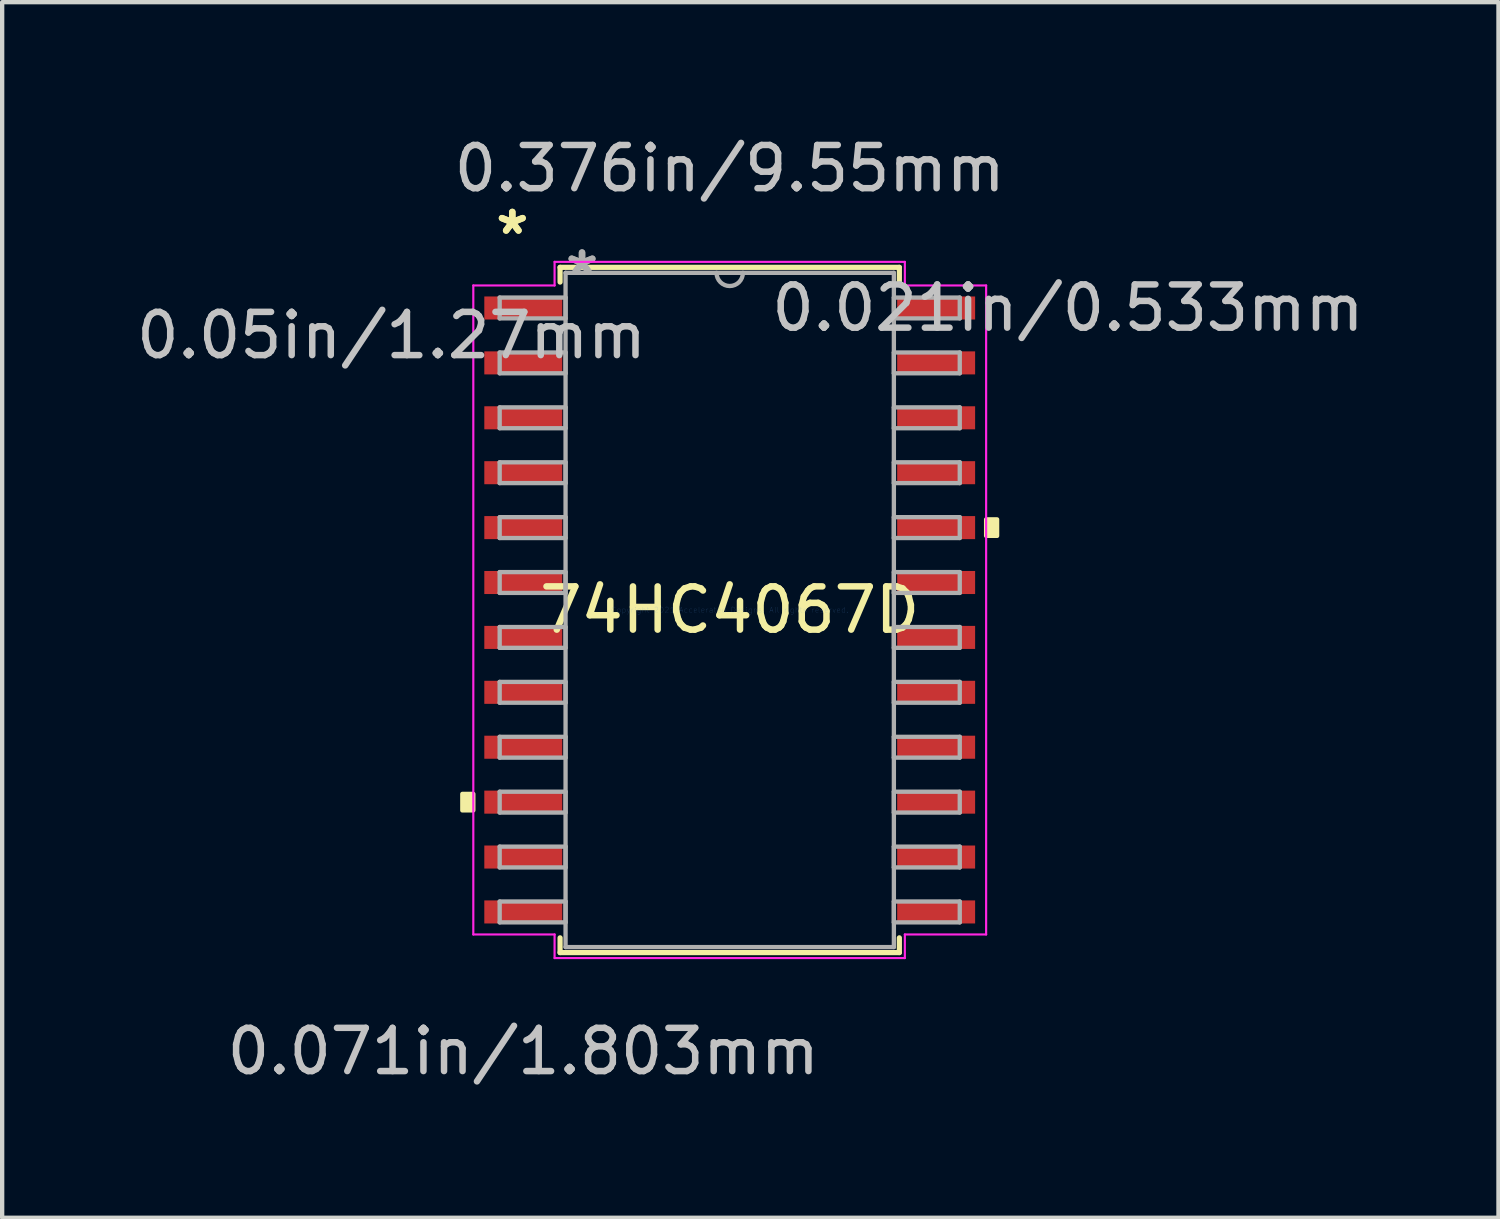
<source format=kicad_pcb>
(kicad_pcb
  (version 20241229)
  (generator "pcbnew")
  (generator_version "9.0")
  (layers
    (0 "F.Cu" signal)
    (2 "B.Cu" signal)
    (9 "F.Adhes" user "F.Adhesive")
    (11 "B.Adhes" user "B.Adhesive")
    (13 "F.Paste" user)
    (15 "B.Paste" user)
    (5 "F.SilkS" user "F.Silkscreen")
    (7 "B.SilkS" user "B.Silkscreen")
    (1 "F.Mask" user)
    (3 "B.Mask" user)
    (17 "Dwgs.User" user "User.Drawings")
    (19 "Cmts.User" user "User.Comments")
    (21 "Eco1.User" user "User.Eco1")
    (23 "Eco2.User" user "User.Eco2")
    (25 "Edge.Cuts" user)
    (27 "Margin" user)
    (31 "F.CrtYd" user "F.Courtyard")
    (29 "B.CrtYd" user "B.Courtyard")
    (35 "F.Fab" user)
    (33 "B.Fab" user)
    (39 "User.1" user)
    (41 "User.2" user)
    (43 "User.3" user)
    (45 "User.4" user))
  (footprint "74HC4067D"
    (layer "F.Cu")
    (at 13.829 11.059)
    (property "Reference" "74HC4067D" (at 0 0 0) (layer "F.SilkS") (effects (font (size 1 1) (thickness 0.15))))
    (attr through_hole)
    (fp_line (start -3.924 -7.925) (end -3.924 -7.584) (stroke (width 0.12) (type solid)) (layer "F.SilkS"))
    (fp_line (start -3.924 7.584) (end -3.924 7.925) (stroke (width 0.12) (type solid)) (layer "F.SilkS"))
    (fp_line (start -3.924 7.925) (end 3.924 7.925) (stroke (width 0.12) (type solid)) (layer "F.SilkS"))
    (fp_line (start 3.924 -7.925) (end -3.924 -7.925) (stroke (width 0.12) (type solid)) (layer "F.SilkS"))
    (fp_line (start 3.924 -7.584) (end 3.924 -7.925) (stroke (width 0.12) (type solid)) (layer "F.SilkS"))
    (fp_line (start 3.924 7.925) (end 3.924 7.584) (stroke (width 0.12) (type solid)) (layer "F.SilkS"))
    (fp_poly (pts (xy -6.185 4.255) (xy -6.185 4.636) (xy -5.931 4.636) (xy -5.931 4.255)) (stroke (width 0.1) (type solid)) (fill yes) (layer "F.SilkS"))
    (fp_poly (pts (xy 6.185 -2.095) (xy 6.185 -1.714) (xy 5.931 -1.714) (xy 5.931 -2.095)) (stroke (width 0.1) (type solid)) (fill yes) (layer "F.SilkS"))
    (fp_line (start -5.931 -7.506) (end -4.051 -7.506) (stroke (width 0.05) (type solid)) (layer "F.CrtYd"))
    (fp_line (start -5.931 7.506) (end -5.931 -7.506) (stroke (width 0.05) (type solid)) (layer "F.CrtYd"))
    (fp_line (start -4.051 -8.052) (end 4.051 -8.052) (stroke (width 0.05) (type solid)) (layer "F.CrtYd"))
    (fp_line (start -4.051 -7.506) (end -4.051 -8.052) (stroke (width 0.05) (type solid)) (layer "F.CrtYd"))
    (fp_line (start -4.051 7.506) (end -5.931 7.506) (stroke (width 0.05) (type solid)) (layer "F.CrtYd"))
    (fp_line (start -4.051 8.052) (end -4.051 7.506) (stroke (width 0.05) (type solid)) (layer "F.CrtYd"))
    (fp_line (start 4.051 -8.052) (end 4.051 -7.506) (stroke (width 0.05) (type solid)) (layer "F.CrtYd"))
    (fp_line (start 4.051 -7.506) (end 5.931 -7.506) (stroke (width 0.05) (type solid)) (layer "F.CrtYd"))
    (fp_line (start 4.051 7.506) (end 4.051 8.052) (stroke (width 0.05) (type solid)) (layer "F.CrtYd"))
    (fp_line (start 4.051 8.052) (end -4.051 8.052) (stroke (width 0.05) (type solid)) (layer "F.CrtYd"))
    (fp_line (start 5.931 -7.506) (end 5.931 7.506) (stroke (width 0.05) (type solid)) (layer "F.CrtYd"))
    (fp_line (start 5.931 7.506) (end 4.051 7.506) (stroke (width 0.05) (type solid)) (layer "F.CrtYd"))
    (fp_line (start -5.321 -7.226) (end -5.321 -6.744) (stroke (width 0.1) (type solid)) (layer "F.Fab"))
    (fp_line (start -5.321 -6.744) (end -3.797 -6.744) (stroke (width 0.1) (type solid)) (layer "F.Fab"))
    (fp_line (start -5.321 -5.956) (end -5.321 -5.474) (stroke (width 0.1) (type solid)) (layer "F.Fab"))
    (fp_line (start -5.321 -5.474) (end -3.797 -5.474) (stroke (width 0.1) (type solid)) (layer "F.Fab"))
    (fp_line (start -5.321 -4.686) (end -5.321 -4.204) (stroke (width 0.1) (type solid)) (layer "F.Fab"))
    (fp_line (start -5.321 -4.204) (end -3.797 -4.204) (stroke (width 0.1) (type solid)) (layer "F.Fab"))
    (fp_line (start -5.321 -3.416) (end -5.321 -2.934) (stroke (width 0.1) (type solid)) (layer "F.Fab"))
    (fp_line (start -5.321 -2.934) (end -3.797 -2.934) (stroke (width 0.1) (type solid)) (layer "F.Fab"))
    (fp_line (start -5.321 -2.146) (end -5.321 -1.664) (stroke (width 0.1) (type solid)) (layer "F.Fab"))
    (fp_line (start -5.321 -1.664) (end -3.797 -1.664) (stroke (width 0.1) (type solid)) (layer "F.Fab"))
    (fp_line (start -5.321 -0.876) (end -5.321 -0.394) (stroke (width 0.1) (type solid)) (layer "F.Fab"))
    (fp_line (start -5.321 -0.394) (end -3.797 -0.394) (stroke (width 0.1) (type solid)) (layer "F.Fab"))
    (fp_line (start -5.321 0.394) (end -5.321 0.876) (stroke (width 0.1) (type solid)) (layer "F.Fab"))
    (fp_line (start -5.321 0.876) (end -3.797 0.876) (stroke (width 0.1) (type solid)) (layer "F.Fab"))
    (fp_line (start -5.321 1.664) (end -5.321 2.146) (stroke (width 0.1) (type solid)) (layer "F.Fab"))
    (fp_line (start -5.321 2.146) (end -3.797 2.146) (stroke (width 0.1) (type solid)) (layer "F.Fab"))
    (fp_line (start -5.321 2.934) (end -5.321 3.416) (stroke (width 0.1) (type solid)) (layer "F.Fab"))
    (fp_line (start -5.321 3.416) (end -3.797 3.416) (stroke (width 0.1) (type solid)) (layer "F.Fab"))
    (fp_line (start -5.321 4.204) (end -5.321 4.686) (stroke (width 0.1) (type solid)) (layer "F.Fab"))
    (fp_line (start -5.321 4.686) (end -3.797 4.686) (stroke (width 0.1) (type solid)) (layer "F.Fab"))
    (fp_line (start -5.321 5.474) (end -5.321 5.956) (stroke (width 0.1) (type solid)) (layer "F.Fab"))
    (fp_line (start -5.321 5.956) (end -3.797 5.956) (stroke (width 0.1) (type solid)) (layer "F.Fab"))
    (fp_line (start -5.321 6.744) (end -5.321 7.226) (stroke (width 0.1) (type solid)) (layer "F.Fab"))
    (fp_line (start -5.321 7.226) (end -3.797 7.226) (stroke (width 0.1) (type solid)) (layer "F.Fab"))
    (fp_line (start -3.797 -7.798) (end -3.797 7.798) (stroke (width 0.1) (type solid)) (layer "F.Fab"))
    (fp_line (start -3.797 -7.226) (end -5.321 -7.226) (stroke (width 0.1) (type solid)) (layer "F.Fab"))
    (fp_line (start -3.797 -6.744) (end -3.797 -7.226) (stroke (width 0.1) (type solid)) (layer "F.Fab"))
    (fp_line (start -3.797 -5.956) (end -5.321 -5.956) (stroke (width 0.1) (type solid)) (layer "F.Fab"))
    (fp_line (start -3.797 -5.474) (end -3.797 -5.956) (stroke (width 0.1) (type solid)) (layer "F.Fab"))
    (fp_line (start -3.797 -4.686) (end -5.321 -4.686) (stroke (width 0.1) (type solid)) (layer "F.Fab"))
    (fp_line (start -3.797 -4.204) (end -3.797 -4.686) (stroke (width 0.1) (type solid)) (layer "F.Fab"))
    (fp_line (start -3.797 -3.416) (end -5.321 -3.416) (stroke (width 0.1) (type solid)) (layer "F.Fab"))
    (fp_line (start -3.797 -2.934) (end -3.797 -3.416) (stroke (width 0.1) (type solid)) (layer "F.Fab"))
    (fp_line (start -3.797 -2.146) (end -5.321 -2.146) (stroke (width 0.1) (type solid)) (layer "F.Fab"))
    (fp_line (start -3.797 -1.664) (end -3.797 -2.146) (stroke (width 0.1) (type solid)) (layer "F.Fab"))
    (fp_line (start -3.797 -0.876) (end -5.321 -0.876) (stroke (width 0.1) (type solid)) (layer "F.Fab"))
    (fp_line (start -3.797 -0.394) (end -3.797 -0.876) (stroke (width 0.1) (type solid)) (layer "F.Fab"))
    (fp_line (start -3.797 0.394) (end -5.321 0.394) (stroke (width 0.1) (type solid)) (layer "F.Fab"))
    (fp_line (start -3.797 0.876) (end -3.797 0.394) (stroke (width 0.1) (type solid)) (layer "F.Fab"))
    (fp_line (start -3.797 1.664) (end -5.321 1.664) (stroke (width 0.1) (type solid)) (layer "F.Fab"))
    (fp_line (start -3.797 2.146) (end -3.797 1.664) (stroke (width 0.1) (type solid)) (layer "F.Fab"))
    (fp_line (start -3.797 2.934) (end -5.321 2.934) (stroke (width 0.1) (type solid)) (layer "F.Fab"))
    (fp_line (start -3.797 3.416) (end -3.797 2.934) (stroke (width 0.1) (type solid)) (layer "F.Fab"))
    (fp_line (start -3.797 4.204) (end -5.321 4.204) (stroke (width 0.1) (type solid)) (layer "F.Fab"))
    (fp_line (start -3.797 4.686) (end -3.797 4.204) (stroke (width 0.1) (type solid)) (layer "F.Fab"))
    (fp_line (start -3.797 5.474) (end -5.321 5.474) (stroke (width 0.1) (type solid)) (layer "F.Fab"))
    (fp_line (start -3.797 5.956) (end -3.797 5.474) (stroke (width 0.1) (type solid)) (layer "F.Fab"))
    (fp_line (start -3.797 6.744) (end -5.321 6.744) (stroke (width 0.1) (type solid)) (layer "F.Fab"))
    (fp_line (start -3.797 7.226) (end -3.797 6.744) (stroke (width 0.1) (type solid)) (layer "F.Fab"))
    (fp_line (start -3.797 7.798) (end 3.797 7.798) (stroke (width 0.1) (type solid)) (layer "F.Fab"))
    (fp_line (start 3.797 -7.798) (end -3.797 -7.798) (stroke (width 0.1) (type solid)) (layer "F.Fab"))
    (fp_line (start 3.797 -7.226) (end 3.797 -6.744) (stroke (width 0.1) (type solid)) (layer "F.Fab"))
    (fp_line (start 3.797 -6.744) (end 5.321 -6.744) (stroke (width 0.1) (type solid)) (layer "F.Fab"))
    (fp_line (start 3.797 -5.956) (end 3.797 -5.474) (stroke (width 0.1) (type solid)) (layer "F.Fab"))
    (fp_line (start 3.797 -5.474) (end 5.321 -5.474) (stroke (width 0.1) (type solid)) (layer "F.Fab"))
    (fp_line (start 3.797 -4.686) (end 3.797 -4.204) (stroke (width 0.1) (type solid)) (layer "F.Fab"))
    (fp_line (start 3.797 -4.204) (end 5.321 -4.204) (stroke (width 0.1) (type solid)) (layer "F.Fab"))
    (fp_line (start 3.797 -3.416) (end 3.797 -2.934) (stroke (width 0.1) (type solid)) (layer "F.Fab"))
    (fp_line (start 3.797 -2.934) (end 5.321 -2.934) (stroke (width 0.1) (type solid)) (layer "F.Fab"))
    (fp_line (start 3.797 -2.146) (end 3.797 -1.664) (stroke (width 0.1) (type solid)) (layer "F.Fab"))
    (fp_line (start 3.797 -1.664) (end 5.321 -1.664) (stroke (width 0.1) (type solid)) (layer "F.Fab"))
    (fp_line (start 3.797 -0.876) (end 3.797 -0.394) (stroke (width 0.1) (type solid)) (layer "F.Fab"))
    (fp_line (start 3.797 -0.394) (end 5.321 -0.394) (stroke (width 0.1) (type solid)) (layer "F.Fab"))
    (fp_line (start 3.797 0.394) (end 3.797 0.876) (stroke (width 0.1) (type solid)) (layer "F.Fab"))
    (fp_line (start 3.797 0.876) (end 5.321 0.876) (stroke (width 0.1) (type solid)) (layer "F.Fab"))
    (fp_line (start 3.797 1.664) (end 3.797 2.146) (stroke (width 0.1) (type solid)) (layer "F.Fab"))
    (fp_line (start 3.797 2.146) (end 5.321 2.146) (stroke (width 0.1) (type solid)) (layer "F.Fab"))
    (fp_line (start 3.797 2.934) (end 3.797 3.416) (stroke (width 0.1) (type solid)) (layer "F.Fab"))
    (fp_line (start 3.797 3.416) (end 5.321 3.416) (stroke (width 0.1) (type solid)) (layer "F.Fab"))
    (fp_line (start 3.797 4.204) (end 3.797 4.686) (stroke (width 0.1) (type solid)) (layer "F.Fab"))
    (fp_line (start 3.797 4.686) (end 5.321 4.686) (stroke (width 0.1) (type solid)) (layer "F.Fab"))
    (fp_line (start 3.797 5.474) (end 3.797 5.956) (stroke (width 0.1) (type solid)) (layer "F.Fab"))
    (fp_line (start 3.797 5.956) (end 5.321 5.956) (stroke (width 0.1) (type solid)) (layer "F.Fab"))
    (fp_line (start 3.797 6.744) (end 3.797 7.226) (stroke (width 0.1) (type solid)) (layer "F.Fab"))
    (fp_line (start 3.797 7.226) (end 5.321 7.226) (stroke (width 0.1) (type solid)) (layer "F.Fab"))
    (fp_line (start 3.797 7.798) (end 3.797 -7.798) (stroke (width 0.1) (type solid)) (layer "F.Fab"))
    (fp_line (start 5.321 -7.226) (end 3.797 -7.226) (stroke (width 0.1) (type solid)) (layer "F.Fab"))
    (fp_line (start 5.321 -6.744) (end 5.321 -7.226) (stroke (width 0.1) (type solid)) (layer "F.Fab"))
    (fp_line (start 5.321 -5.956) (end 3.797 -5.956) (stroke (width 0.1) (type solid)) (layer "F.Fab"))
    (fp_line (start 5.321 -5.474) (end 5.321 -5.956) (stroke (width 0.1) (type solid)) (layer "F.Fab"))
    (fp_line (start 5.321 -4.686) (end 3.797 -4.686) (stroke (width 0.1) (type solid)) (layer "F.Fab"))
    (fp_line (start 5.321 -4.204) (end 5.321 -4.686) (stroke (width 0.1) (type solid)) (layer "F.Fab"))
    (fp_line (start 5.321 -3.416) (end 3.797 -3.416) (stroke (width 0.1) (type solid)) (layer "F.Fab"))
    (fp_line (start 5.321 -2.934) (end 5.321 -3.416) (stroke (width 0.1) (type solid)) (layer "F.Fab"))
    (fp_line (start 5.321 -2.146) (end 3.797 -2.146) (stroke (width 0.1) (type solid)) (layer "F.Fab"))
    (fp_line (start 5.321 -1.664) (end 5.321 -2.146) (stroke (width 0.1) (type solid)) (layer "F.Fab"))
    (fp_line (start 5.321 -0.876) (end 3.797 -0.876) (stroke (width 0.1) (type solid)) (layer "F.Fab"))
    (fp_line (start 5.321 -0.394) (end 5.321 -0.876) (stroke (width 0.1) (type solid)) (layer "F.Fab"))
    (fp_line (start 5.321 0.394) (end 3.797 0.394) (stroke (width 0.1) (type solid)) (layer "F.Fab"))
    (fp_line (start 5.321 0.876) (end 5.321 0.394) (stroke (width 0.1) (type solid)) (layer "F.Fab"))
    (fp_line (start 5.321 1.664) (end 3.797 1.664) (stroke (width 0.1) (type solid)) (layer "F.Fab"))
    (fp_line (start 5.321 2.146) (end 5.321 1.664) (stroke (width 0.1) (type solid)) (layer "F.Fab"))
    (fp_line (start 5.321 2.934) (end 3.797 2.934) (stroke (width 0.1) (type solid)) (layer "F.Fab"))
    (fp_line (start 5.321 3.416) (end 5.321 2.934) (stroke (width 0.1) (type solid)) (layer "F.Fab"))
    (fp_line (start 5.321 4.204) (end 3.797 4.204) (stroke (width 0.1) (type solid)) (layer "F.Fab"))
    (fp_line (start 5.321 4.686) (end 5.321 4.204) (stroke (width 0.1) (type solid)) (layer "F.Fab"))
    (fp_line (start 5.321 5.474) (end 3.797 5.474) (stroke (width 0.1) (type solid)) (layer "F.Fab"))
    (fp_line (start 5.321 5.956) (end 5.321 5.474) (stroke (width 0.1) (type solid)) (layer "F.Fab"))
    (fp_line (start 5.321 6.744) (end 3.797 6.744) (stroke (width 0.1) (type solid)) (layer "F.Fab"))
    (fp_line (start 5.321 7.226) (end 5.321 6.744) (stroke (width 0.1) (type solid)) (layer "F.Fab"))
    (fp_arc (start 0.3048 -7.7978) (mid 0 -7.493) (end -0.3048 -7.7978) (stroke (width 0.1) (type solid)) (layer "F.Fab"))
    (fp_text user "*" (at -5.029 -8.661 0) (layer "F.SilkS") (effects (font (size 1 1) (thickness 0.15))))
    (fp_text user "*" (at -5.029 -8.661 0) (layer "F.SilkS") (effects (font (size 1 1) (thickness 0.15))))
    (fp_text user "0.05in/1.27mm" (at -7.823 -6.35 0) (layer "Dwgs.User") (effects (font (size 1 1) (thickness 0.15))))
    (fp_text user "0.376in/9.55mm" (at 0 -10.211 0) (layer "Dwgs.User") (effects (font (size 1 1) (thickness 0.15))))
    (fp_text user "0.071in/1.803mm" (at -4.775 10.211 0) (layer "Dwgs.User") (effects (font (size 1 1) (thickness 0.15))))
    (fp_text user "0.021in/0.533mm" (at 7.823 -6.985 0) (layer "Dwgs.User") (effects (font (size 1 1) (thickness 0.15))))
    (fp_text user "Copyright 2021 Accelerated Designs. All rights reserved." (at 0 0 0) (layer "Cmts.User") (effects (font (size 0.127 0.127) (thickness 0.002))))
    (fp_text user "*" (at -3.416 -7.722 0) (layer "F.Fab") (effects (font (size 1 1) (thickness 0.15))))
    (fp_text user "*" (at -3.416 -7.722 0) (layer "F.Fab") (effects (font (size 1 1) (thickness 0.15))))
    (pad "1" smd rect (at -4.775 -6.985) (size 1.803 0.533) (layers "F.Cu" "F.Mask" "F.Paste"))
    (pad "2" smd rect (at -4.775 -5.715) (size 1.803 0.533) (layers "F.Cu" "F.Mask" "F.Paste"))
    (pad "3" smd rect (at -4.775 -4.445) (size 1.803 0.533) (layers "F.Cu" "F.Mask" "F.Paste"))
    (pad "4" smd rect (at -4.775 -3.175) (size 1.803 0.533) (layers "F.Cu" "F.Mask" "F.Paste"))
    (pad "5" smd rect (at -4.775 -1.905) (size 1.803 0.533) (layers "F.Cu" "F.Mask" "F.Paste"))
    (pad "6" smd rect (at -4.775 -0.635) (size 1.803 0.533) (layers "F.Cu" "F.Mask" "F.Paste"))
    (pad "7" smd rect (at -4.775 0.635) (size 1.803 0.533) (layers "F.Cu" "F.Mask" "F.Paste"))
    (pad "8" smd rect (at -4.775 1.905) (size 1.803 0.533) (layers "F.Cu" "F.Mask" "F.Paste"))
    (pad "9" smd rect (at -4.775 3.175) (size 1.803 0.533) (layers "F.Cu" "F.Mask" "F.Paste"))
    (pad "10" smd rect (at -4.775 4.445) (size 1.803 0.533) (layers "F.Cu" "F.Mask" "F.Paste"))
    (pad "11" smd rect (at -4.775 5.715) (size 1.803 0.533) (layers "F.Cu" "F.Mask" "F.Paste"))
    (pad "12" smd rect (at -4.775 6.985) (size 1.803 0.533) (layers "F.Cu" "F.Mask" "F.Paste"))
    (pad "13" smd rect (at 4.775 6.985) (size 1.803 0.533) (layers "F.Cu" "F.Mask" "F.Paste"))
    (pad "14" smd rect (at 4.775 5.715) (size 1.803 0.533) (layers "F.Cu" "F.Mask" "F.Paste"))
    (pad "15" smd rect (at 4.775 4.445) (size 1.803 0.533) (layers "F.Cu" "F.Mask" "F.Paste"))
    (pad "16" smd rect (at 4.775 3.175) (size 1.803 0.533) (layers "F.Cu" "F.Mask" "F.Paste"))
    (pad "17" smd rect (at 4.775 1.905) (size 1.803 0.533) (layers "F.Cu" "F.Mask" "F.Paste"))
    (pad "18" smd rect (at 4.775 0.635) (size 1.803 0.533) (layers "F.Cu" "F.Mask" "F.Paste"))
    (pad "19" smd rect (at 4.775 -0.635) (size 1.803 0.533) (layers "F.Cu" "F.Mask" "F.Paste"))
    (pad "20" smd rect (at 4.775 -1.905) (size 1.803 0.533) (layers "F.Cu" "F.Mask" "F.Paste"))
    (pad "21" smd rect (at 4.775 -3.175) (size 1.803 0.533) (layers "F.Cu" "F.Mask" "F.Paste"))
    (pad "22" smd rect (at 4.775 -4.445) (size 1.803 0.533) (layers "F.Cu" "F.Mask" "F.Paste"))
    (pad "23" smd rect (at 4.775 -5.715) (size 1.803 0.533) (layers "F.Cu" "F.Mask" "F.Paste"))
    (pad "24" smd rect (at 4.775 -6.985) (size 1.803 0.533) (layers "F.Cu" "F.Mask" "F.Paste")))
  (gr_rect
    (start -3 -3)
    (end 31.611 25.118)
    (stroke (width 0.1) (type default))
    (fill no)
    (layer "Edge.Cuts")))
</source>
